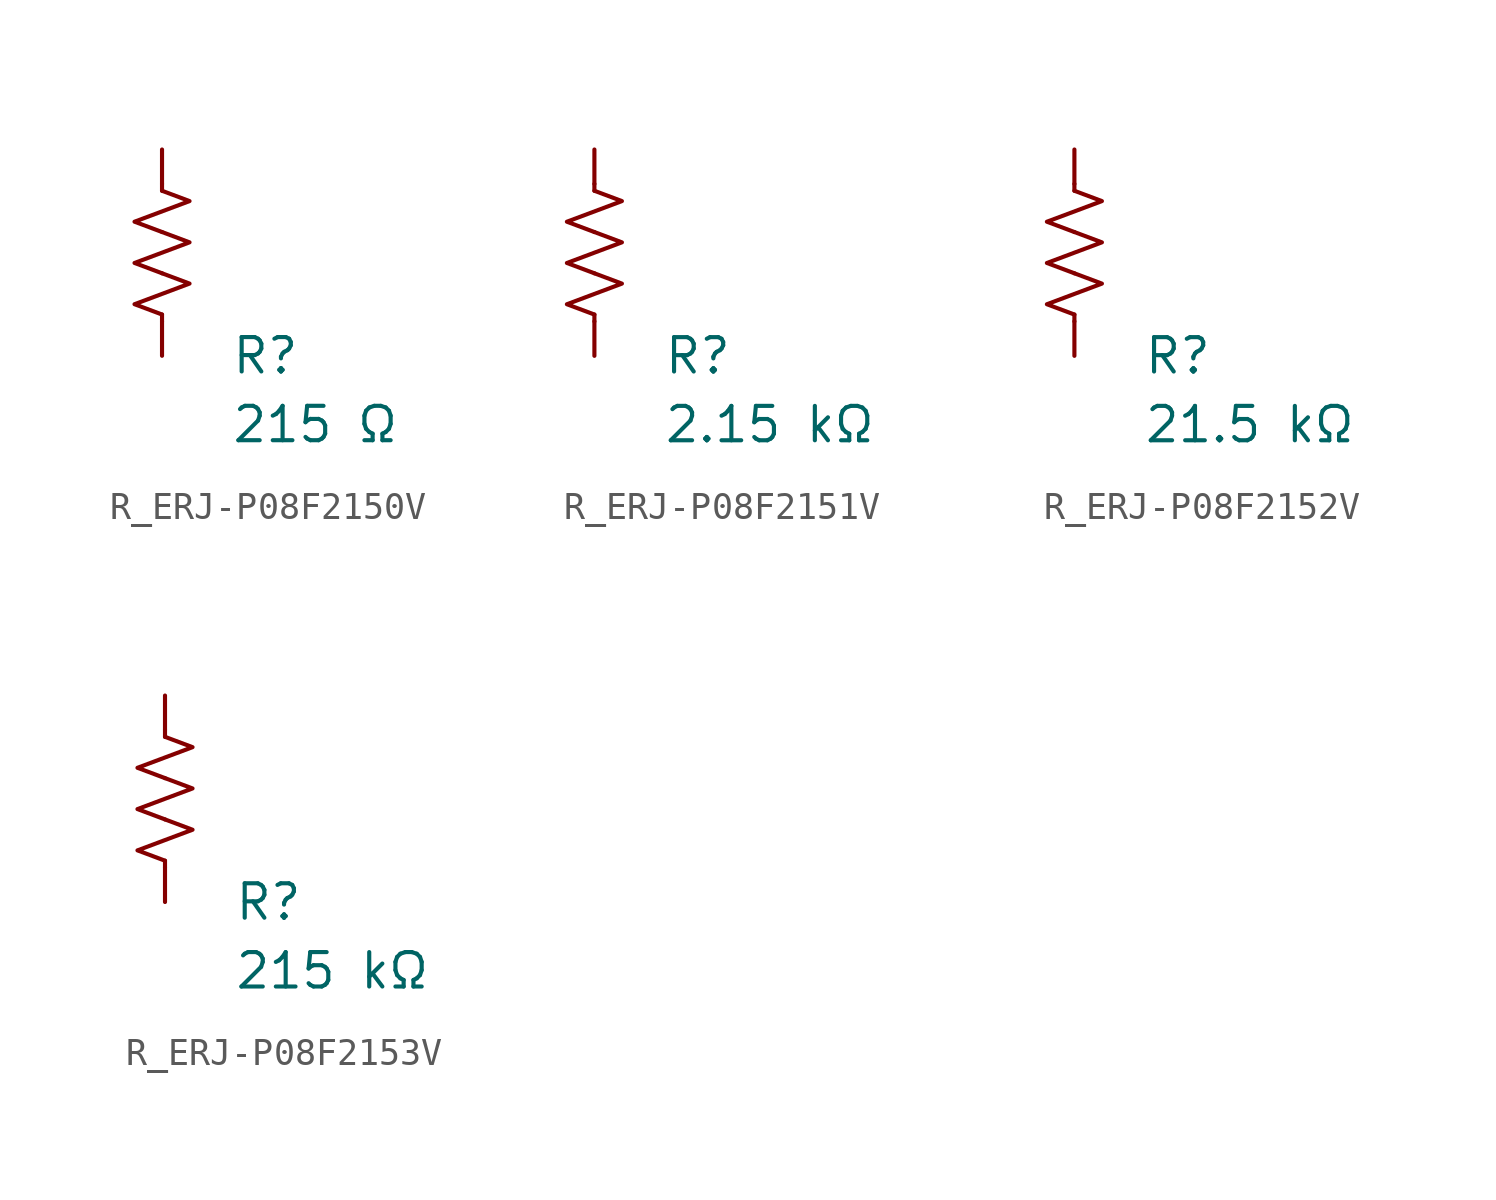
<source format=kicad_sym>
(kicad_symbol_lib
  (version 20231120)
  (generator "kicad_symbol_editor")
  (generator_version "8.0")
  (symbol "R_ERJ-P08F2150V"
    (pin_numbers hide)
    (pin_names
      (offset 0))
    (property "Reference" "R"
      (at 2.54 -3.81 0)
      (effects (font (size 1.27 1.27)) (justify left))
      (show_name no))
    (property "Value" "215 Ω"
      (at 2.54 -6.35 0)
      (effects (font (size 1.27 1.27)) (justify left))
      (show_name no))
    (symbol "R_ERJ-P08F2150V_0_1"
      (polyline (pts (xy 0 -2.286) (xy 0 -2.54)) (stroke (width 0) (type default)) (fill (type none)))
      (polyline (pts (xy 0 2.286) (xy 0 2.54)) (stroke (width 0) (type default)) (fill (type none)))
      (polyline (pts (xy 0 -0.762) (xy 1.016 -1.143) (xy 0 -1.524) (xy -1.016 -1.905) (xy 0 -2.286)) (stroke (width 0) (type default)) (fill (type none)))
      (polyline (pts (xy 0 0.762) (xy 1.016 0.381) (xy 0 0) (xy -1.016 -0.381) (xy 0 -0.762)) (stroke (width 0) (type default)) (fill (type none)))
      (polyline (pts (xy 0 2.286) (xy 1.016 1.905) (xy 0 1.524) (xy -1.016 1.143) (xy 0 0.762)) (stroke (width 0) (type default)) (fill (type none))))
    (symbol "R_ERJ-P08F2150V_1_1"
      (pin passive line (at 0 3.81 270) (length 1.27) (name "~" (effects (font (size 1.27 1.27)))) (number "1" (effects (font (size 1.27 1.27)))))
      (pin passive line (at 0 -3.81 90) (length 1.27) (name "~" (effects (font (size 1.27 1.27)))) (number "2" (effects (font (size 1.27 1.27)))))))
  (symbol "R_ERJ-P08F2151V"
    (pin_numbers hide)
    (pin_names
      (offset 0))
    (property "Reference" "R"
      (at 2.54 -3.81 0)
      (effects (font (size 1.27 1.27)) (justify left))
      (show_name no))
    (property "Value" "2.15 kΩ"
      (at 2.54 -6.35 0)
      (effects (font (size 1.27 1.27)) (justify left))
      (show_name no))
    (symbol "R_ERJ-P08F2151V_0_1"
      (polyline (pts (xy 0 -2.286) (xy 0 -2.54)) (stroke (width 0) (type default)) (fill (type none)))
      (polyline (pts (xy 0 2.286) (xy 0 2.54)) (stroke (width 0) (type default)) (fill (type none)))
      (polyline (pts (xy 0 -0.762) (xy 1.016 -1.143) (xy 0 -1.524) (xy -1.016 -1.905) (xy 0 -2.286)) (stroke (width 0) (type default)) (fill (type none)))
      (polyline (pts (xy 0 0.762) (xy 1.016 0.381) (xy 0 0) (xy -1.016 -0.381) (xy 0 -0.762)) (stroke (width 0) (type default)) (fill (type none)))
      (polyline (pts (xy 0 2.286) (xy 1.016 1.905) (xy 0 1.524) (xy -1.016 1.143) (xy 0 0.762)) (stroke (width 0) (type default)) (fill (type none))))
    (symbol "R_ERJ-P08F2151V_1_1"
      (pin passive line (at 0 3.81 270) (length 1.27) (name "~" (effects (font (size 1.27 1.27)))) (number "1" (effects (font (size 1.27 1.27)))))
      (pin passive line (at 0 -3.81 90) (length 1.27) (name "~" (effects (font (size 1.27 1.27)))) (number "2" (effects (font (size 1.27 1.27)))))))
  (symbol "R_ERJ-P08F2152V"
    (pin_numbers hide)
    (pin_names
      (offset 0))
    (property "Reference" "R"
      (at 2.54 -3.81 0)
      (effects (font (size 1.27 1.27)) (justify left))
      (show_name no))
    (property "Value" "21.5 kΩ"
      (at 2.54 -6.35 0)
      (effects (font (size 1.27 1.27)) (justify left))
      (show_name no))
    (symbol "R_ERJ-P08F2152V_0_1"
      (polyline (pts (xy 0 -2.286) (xy 0 -2.54)) (stroke (width 0) (type default)) (fill (type none)))
      (polyline (pts (xy 0 2.286) (xy 0 2.54)) (stroke (width 0) (type default)) (fill (type none)))
      (polyline (pts (xy 0 -0.762) (xy 1.016 -1.143) (xy 0 -1.524) (xy -1.016 -1.905) (xy 0 -2.286)) (stroke (width 0) (type default)) (fill (type none)))
      (polyline (pts (xy 0 0.762) (xy 1.016 0.381) (xy 0 0) (xy -1.016 -0.381) (xy 0 -0.762)) (stroke (width 0) (type default)) (fill (type none)))
      (polyline (pts (xy 0 2.286) (xy 1.016 1.905) (xy 0 1.524) (xy -1.016 1.143) (xy 0 0.762)) (stroke (width 0) (type default)) (fill (type none))))
    (symbol "R_ERJ-P08F2152V_1_1"
      (pin passive line (at 0 3.81 270) (length 1.27) (name "~" (effects (font (size 1.27 1.27)))) (number "1" (effects (font (size 1.27 1.27)))))
      (pin passive line (at 0 -3.81 90) (length 1.27) (name "~" (effects (font (size 1.27 1.27)))) (number "2" (effects (font (size 1.27 1.27)))))))
  (symbol "R_ERJ-P08F2153V"
    (pin_numbers hide)
    (pin_names
      (offset 0))
    (property "Reference" "R"
      (at 2.54 -3.81 0)
      (effects (font (size 1.27 1.27)) (justify left))
      (show_name no))
    (property "Value" "215 kΩ"
      (at 2.54 -6.35 0)
      (effects (font (size 1.27 1.27)) (justify left))
      (show_name no))
    (symbol "R_ERJ-P08F2153V_0_1"
      (polyline (pts (xy 0 -2.286) (xy 0 -2.54)) (stroke (width 0) (type default)) (fill (type none)))
      (polyline (pts (xy 0 2.286) (xy 0 2.54)) (stroke (width 0) (type default)) (fill (type none)))
      (polyline (pts (xy 0 -0.762) (xy 1.016 -1.143) (xy 0 -1.524) (xy -1.016 -1.905) (xy 0 -2.286)) (stroke (width 0) (type default)) (fill (type none)))
      (polyline (pts (xy 0 0.762) (xy 1.016 0.381) (xy 0 0) (xy -1.016 -0.381) (xy 0 -0.762)) (stroke (width 0) (type default)) (fill (type none)))
      (polyline (pts (xy 0 2.286) (xy 1.016 1.905) (xy 0 1.524) (xy -1.016 1.143) (xy 0 0.762)) (stroke (width 0) (type default)) (fill (type none))))
    (symbol "R_ERJ-P08F2153V_1_1"
      (pin passive line (at 0 3.81 270) (length 1.27) (name "~" (effects (font (size 1.27 1.27)))) (number "1" (effects (font (size 1.27 1.27)))))
      (pin passive line (at 0 -3.81 90) (length 1.27) (name "~" (effects (font (size 1.27 1.27)))) (number "2" (effects (font (size 1.27 1.27))))))))
</source>
